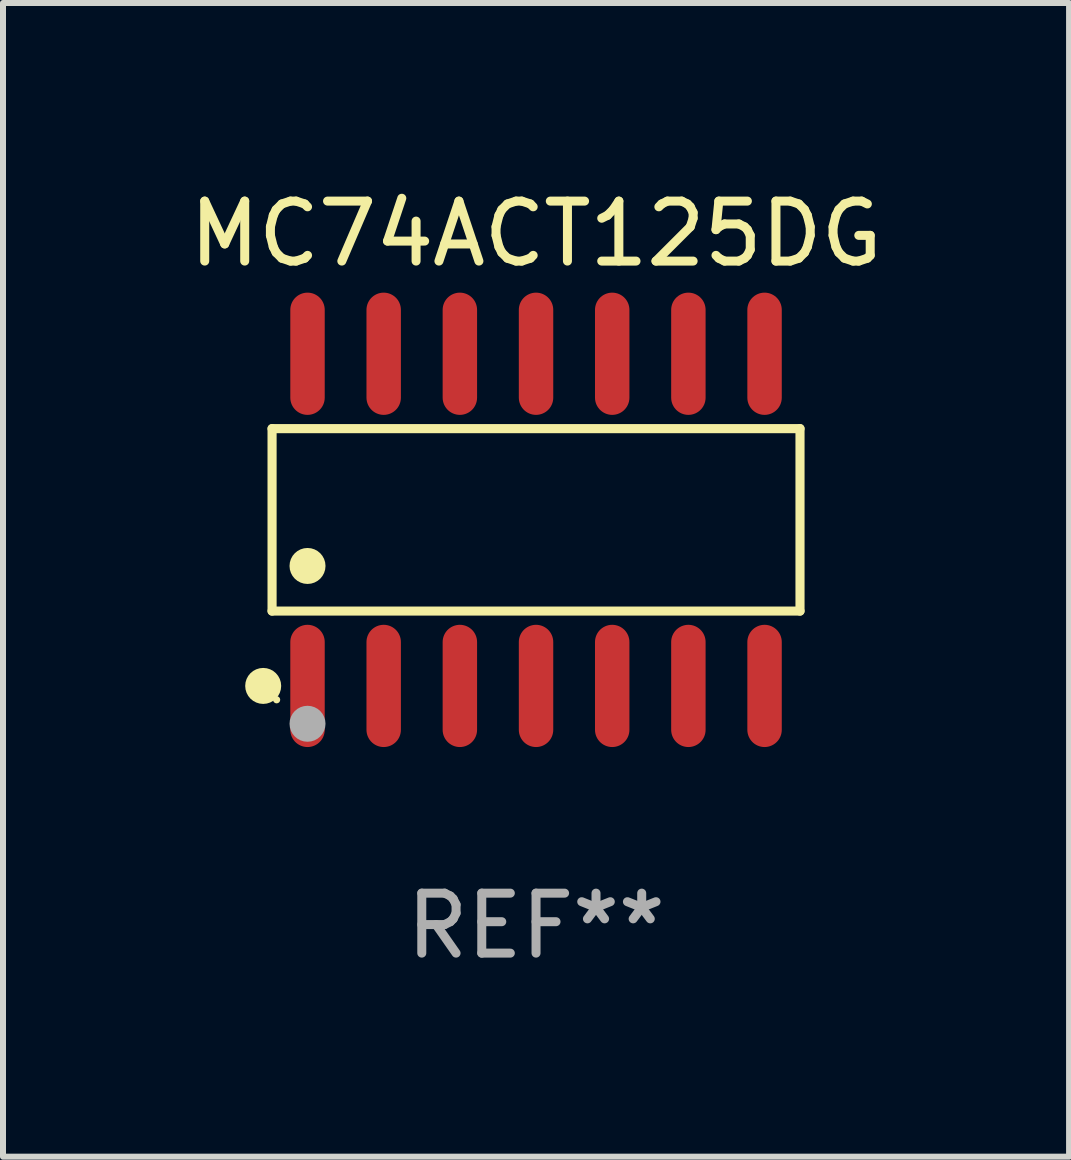
<source format=kicad_pcb>
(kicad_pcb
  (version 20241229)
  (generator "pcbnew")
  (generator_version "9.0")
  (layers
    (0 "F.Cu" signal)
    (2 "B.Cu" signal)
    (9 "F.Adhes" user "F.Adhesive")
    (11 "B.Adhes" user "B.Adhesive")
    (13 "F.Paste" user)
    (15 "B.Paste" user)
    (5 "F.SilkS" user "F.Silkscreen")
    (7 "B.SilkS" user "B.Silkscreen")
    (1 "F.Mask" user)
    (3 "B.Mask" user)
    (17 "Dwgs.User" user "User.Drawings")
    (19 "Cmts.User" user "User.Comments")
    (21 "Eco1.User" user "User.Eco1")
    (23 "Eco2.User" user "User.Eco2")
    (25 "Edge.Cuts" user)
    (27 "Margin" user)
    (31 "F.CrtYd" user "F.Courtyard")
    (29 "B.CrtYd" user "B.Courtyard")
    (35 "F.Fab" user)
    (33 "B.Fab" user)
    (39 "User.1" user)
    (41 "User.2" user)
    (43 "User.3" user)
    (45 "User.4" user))
  (footprint "MC74ACT125DG"
    (layer "F.Cu")
    (at 5.887 5.617)
    (property "Reference" "MC74ACT125DG" (at 0 -4.769 0) (layer "F.SilkS") (effects (font (size 1 1) (thickness 0.15))))
    (attr through_hole)
    (fp_line (start -4.401 -1.521) (end 4.401 -1.521) (stroke (width 0.152) (type solid)) (layer "F.SilkS"))
    (fp_line (start -4.401 1.521) (end -4.401 -1.521) (stroke (width 0.152) (type solid)) (layer "F.SilkS"))
    (fp_line (start 4.401 -1.521) (end 4.401 1.521) (stroke (width 0.152) (type solid)) (layer "F.SilkS"))
    (fp_line (start 4.401 1.521) (end -4.401 1.521) (stroke (width 0.152) (type solid)) (layer "F.SilkS"))
    (fp_circle (center -4.549 2.769) (end -4.399 2.769) (stroke (width 0.3) (type solid)) (fill no) (layer "F.SilkS"))
    (fp_circle (center -4.325 3) (end -4.295 3) (stroke (width 0.06) (type solid)) (fill no) (layer "F.SilkS"))
    (fp_circle (center -3.81 0.769) (end -3.66 0.769) (stroke (width 0.3) (type solid)) (fill no) (layer "F.SilkS"))
    (fp_circle (center -3.81 3.4) (end -3.66 3.4) (stroke (width 0.3) (type solid)) (fill no) (layer "F.Fab"))
    (fp_text user "REF**" (at 0 6.769 0) (layer "F.Fab") (effects (font (size 1 1) (thickness 0.15))))
    (pad "1" smd oval (at -3.81 2.769) (size 0.574 2.038) (layers "F.Cu" "F.Mask" "F.Paste"))
    (pad "2" smd oval (at -2.54 2.769) (size 0.574 2.038) (layers "F.Cu" "F.Mask" "F.Paste"))
    (pad "3" smd oval (at -1.27 2.769) (size 0.574 2.038) (layers "F.Cu" "F.Mask" "F.Paste"))
    (pad "4" smd oval (at 0 2.769) (size 0.574 2.038) (layers "F.Cu" "F.Mask" "F.Paste"))
    (pad "5" smd oval (at 1.27 2.769) (size 0.574 2.038) (layers "F.Cu" "F.Mask" "F.Paste"))
    (pad "6" smd oval (at 2.54 2.769) (size 0.574 2.038) (layers "F.Cu" "F.Mask" "F.Paste"))
    (pad "7" smd oval (at 3.81 2.769) (size 0.574 2.038) (layers "F.Cu" "F.Mask" "F.Paste"))
    (pad "8" smd oval (at 3.81 -2.769) (size 0.574 2.038) (layers "F.Cu" "F.Mask" "F.Paste"))
    (pad "9" smd oval (at 2.54 -2.769) (size 0.574 2.038) (layers "F.Cu" "F.Mask" "F.Paste"))
    (pad "10" smd oval (at 1.27 -2.769) (size 0.574 2.038) (layers "F.Cu" "F.Mask" "F.Paste"))
    (pad "11" smd oval (at 0 -2.769) (size 0.574 2.038) (layers "F.Cu" "F.Mask" "F.Paste"))
    (pad "12" smd oval (at -1.27 -2.769) (size 0.574 2.038) (layers "F.Cu" "F.Mask" "F.Paste"))
    (pad "13" smd oval (at -2.54 -2.769) (size 0.574 2.038) (layers "F.Cu" "F.Mask" "F.Paste"))
    (pad "14" smd oval (at -3.81 -2.769) (size 0.574 2.038) (layers "F.Cu" "F.Mask" "F.Paste")))
  (gr_rect
    (start -3 -3)
    (end 14.774 16.235)
    (stroke (width 0.1) (type default))
    (fill no)
    (layer "Edge.Cuts")))
</source>
